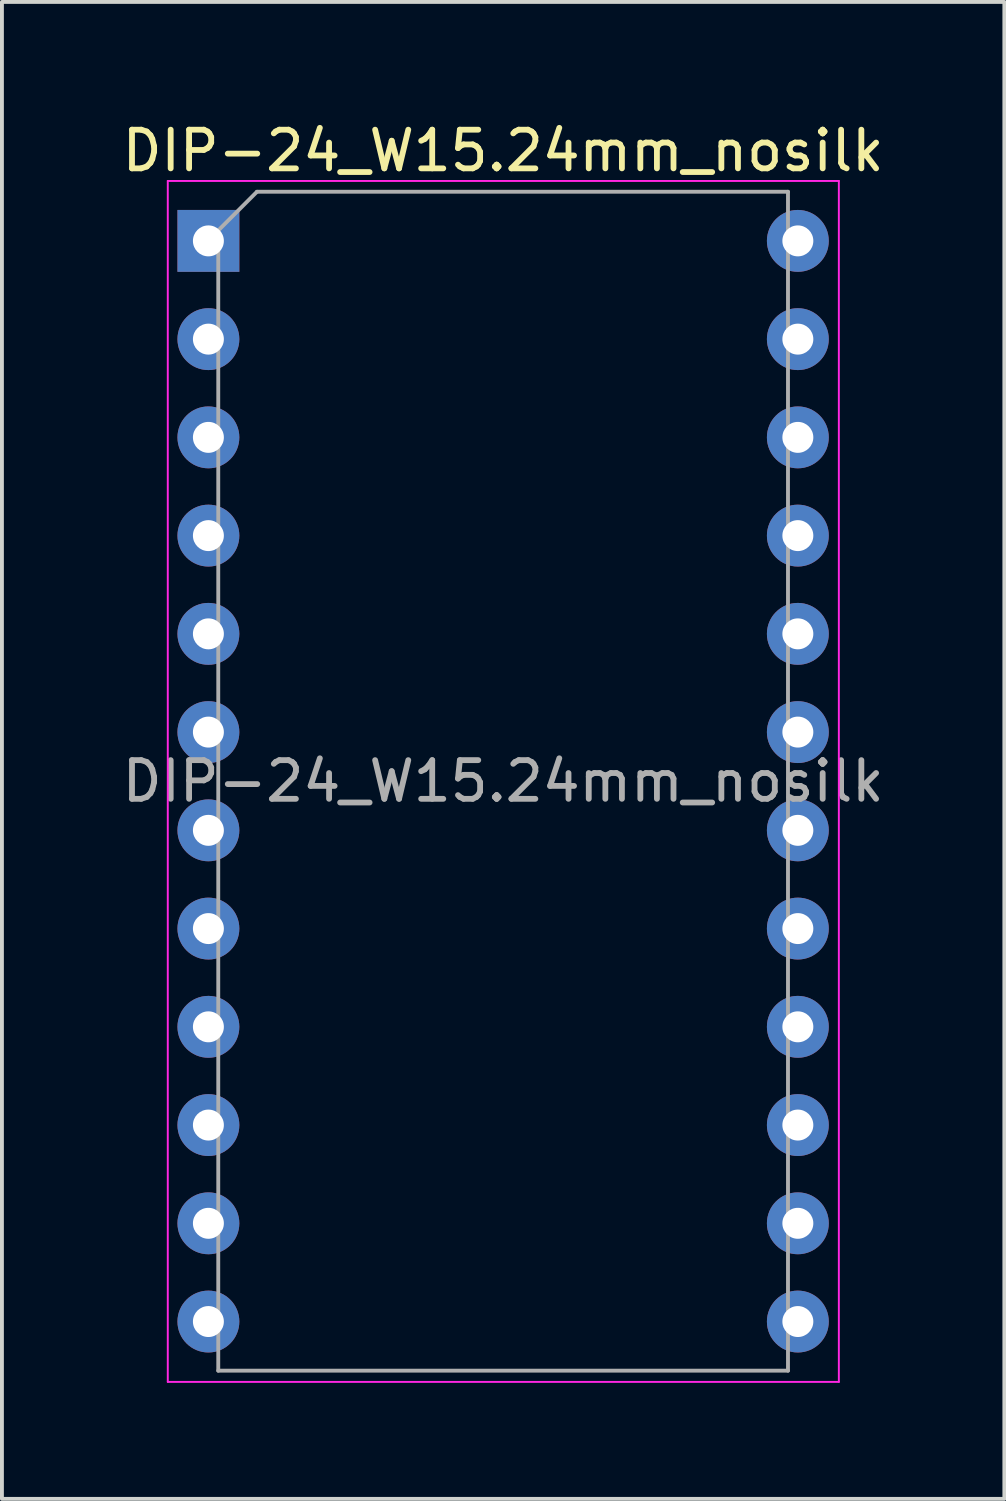
<source format=kicad_pcb>
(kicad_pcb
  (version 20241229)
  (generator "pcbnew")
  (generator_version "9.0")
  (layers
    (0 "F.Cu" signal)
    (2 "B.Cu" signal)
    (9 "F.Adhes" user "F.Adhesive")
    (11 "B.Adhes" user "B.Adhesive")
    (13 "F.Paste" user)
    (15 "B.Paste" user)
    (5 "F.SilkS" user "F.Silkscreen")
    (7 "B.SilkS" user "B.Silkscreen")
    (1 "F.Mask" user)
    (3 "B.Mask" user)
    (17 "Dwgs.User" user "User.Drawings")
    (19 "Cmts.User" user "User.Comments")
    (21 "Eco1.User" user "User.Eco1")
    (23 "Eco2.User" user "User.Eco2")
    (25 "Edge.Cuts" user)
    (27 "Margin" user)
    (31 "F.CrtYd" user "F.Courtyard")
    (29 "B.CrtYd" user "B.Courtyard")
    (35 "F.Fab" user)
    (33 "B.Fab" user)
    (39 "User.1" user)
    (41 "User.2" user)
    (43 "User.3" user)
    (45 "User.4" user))
  (footprint "DIP-24_W15.24mm_nosilk"
    (layer "F.Cu")
    (at 2.338 3.178)
    (property "Reference" "DIP-24_W15.24mm_nosilk" (at 7.62 -2.33 0) (layer "F.SilkS") (effects (font (size 1 1) (thickness 0.15))))
    (attr through_hole)
    (fp_line (start -1.05 -1.55) (end -1.05 29.5) (stroke (width 0.05) (type solid)) (layer "F.CrtYd"))
    (fp_line (start -1.05 29.5) (end 16.3 29.5) (stroke (width 0.05) (type solid)) (layer "F.CrtYd"))
    (fp_line (start 16.3 -1.55) (end -1.05 -1.55) (stroke (width 0.05) (type solid)) (layer "F.CrtYd"))
    (fp_line (start 16.3 29.5) (end 16.3 -1.55) (stroke (width 0.05) (type solid)) (layer "F.CrtYd"))
    (fp_line (start 0.255 -0.27) (end 1.255 -1.27) (stroke (width 0.1) (type solid)) (layer "F.Fab"))
    (fp_line (start 0.255 29.21) (end 0.255 -0.27) (stroke (width 0.1) (type solid)) (layer "F.Fab"))
    (fp_line (start 1.255 -1.27) (end 14.985 -1.27) (stroke (width 0.1) (type solid)) (layer "F.Fab"))
    (fp_line (start 14.985 -1.27) (end 14.985 29.21) (stroke (width 0.1) (type solid)) (layer "F.Fab"))
    (fp_line (start 14.985 29.21) (end 0.255 29.21) (stroke (width 0.1) (type solid)) (layer "F.Fab"))
    (fp_text user "${REFERENCE}" (at 7.62 13.97 0) (layer "F.Fab") (effects (font (size 1 1) (thickness 0.15))))
    (pad "1" thru_hole rect (at 0 0) (size 1.6 1.6) (drill 0.8) (layers "*.Cu" "*.Mask"))
    (pad "2" thru_hole oval (at 0 2.54) (size 1.6 1.6) (drill 0.8) (layers "*.Cu" "*.Mask"))
    (pad "3" thru_hole oval (at 0 5.08) (size 1.6 1.6) (drill 0.8) (layers "*.Cu" "*.Mask"))
    (pad "4" thru_hole oval (at 0 7.62) (size 1.6 1.6) (drill 0.8) (layers "*.Cu" "*.Mask"))
    (pad "5" thru_hole oval (at 0 10.16) (size 1.6 1.6) (drill 0.8) (layers "*.Cu" "*.Mask"))
    (pad "6" thru_hole oval (at 0 12.7) (size 1.6 1.6) (drill 0.8) (layers "*.Cu" "*.Mask"))
    (pad "7" thru_hole oval (at 0 15.24) (size 1.6 1.6) (drill 0.8) (layers "*.Cu" "*.Mask"))
    (pad "8" thru_hole oval (at 0 17.78) (size 1.6 1.6) (drill 0.8) (layers "*.Cu" "*.Mask"))
    (pad "9" thru_hole oval (at 0 20.32) (size 1.6 1.6) (drill 0.8) (layers "*.Cu" "*.Mask"))
    (pad "10" thru_hole oval (at 0 22.86) (size 1.6 1.6) (drill 0.8) (layers "*.Cu" "*.Mask"))
    (pad "11" thru_hole oval (at 0 25.4) (size 1.6 1.6) (drill 0.8) (layers "*.Cu" "*.Mask"))
    (pad "12" thru_hole oval (at 0 27.94) (size 1.6 1.6) (drill 0.8) (layers "*.Cu" "*.Mask"))
    (pad "13" thru_hole oval (at 15.24 27.94) (size 1.6 1.6) (drill 0.8) (layers "*.Cu" "*.Mask"))
    (pad "14" thru_hole oval (at 15.24 25.4) (size 1.6 1.6) (drill 0.8) (layers "*.Cu" "*.Mask"))
    (pad "15" thru_hole oval (at 15.24 22.86) (size 1.6 1.6) (drill 0.8) (layers "*.Cu" "*.Mask"))
    (pad "16" thru_hole oval (at 15.24 20.32) (size 1.6 1.6) (drill 0.8) (layers "*.Cu" "*.Mask"))
    (pad "17" thru_hole oval (at 15.24 17.78) (size 1.6 1.6) (drill 0.8) (layers "*.Cu" "*.Mask"))
    (pad "18" thru_hole oval (at 15.24 15.24) (size 1.6 1.6) (drill 0.8) (layers "*.Cu" "*.Mask"))
    (pad "19" thru_hole oval (at 15.24 12.7) (size 1.6 1.6) (drill 0.8) (layers "*.Cu" "*.Mask"))
    (pad "20" thru_hole oval (at 15.24 10.16) (size 1.6 1.6) (drill 0.8) (layers "*.Cu" "*.Mask"))
    (pad "21" thru_hole oval (at 15.24 7.62) (size 1.6 1.6) (drill 0.8) (layers "*.Cu" "*.Mask"))
    (pad "22" thru_hole oval (at 15.24 5.08) (size 1.6 1.6) (drill 0.8) (layers "*.Cu" "*.Mask"))
    (pad "23" thru_hole oval (at 15.24 2.54) (size 1.6 1.6) (drill 0.8) (layers "*.Cu" "*.Mask"))
    (pad "24" thru_hole oval (at 15.24 0) (size 1.6 1.6) (drill 0.8) (layers "*.Cu" "*.Mask")))
  (gr_rect
    (start -3 -3)
    (end 22.917 35.703)
    (stroke (width 0.1) (type default))
    (fill no)
    (layer "Edge.Cuts")))
</source>
